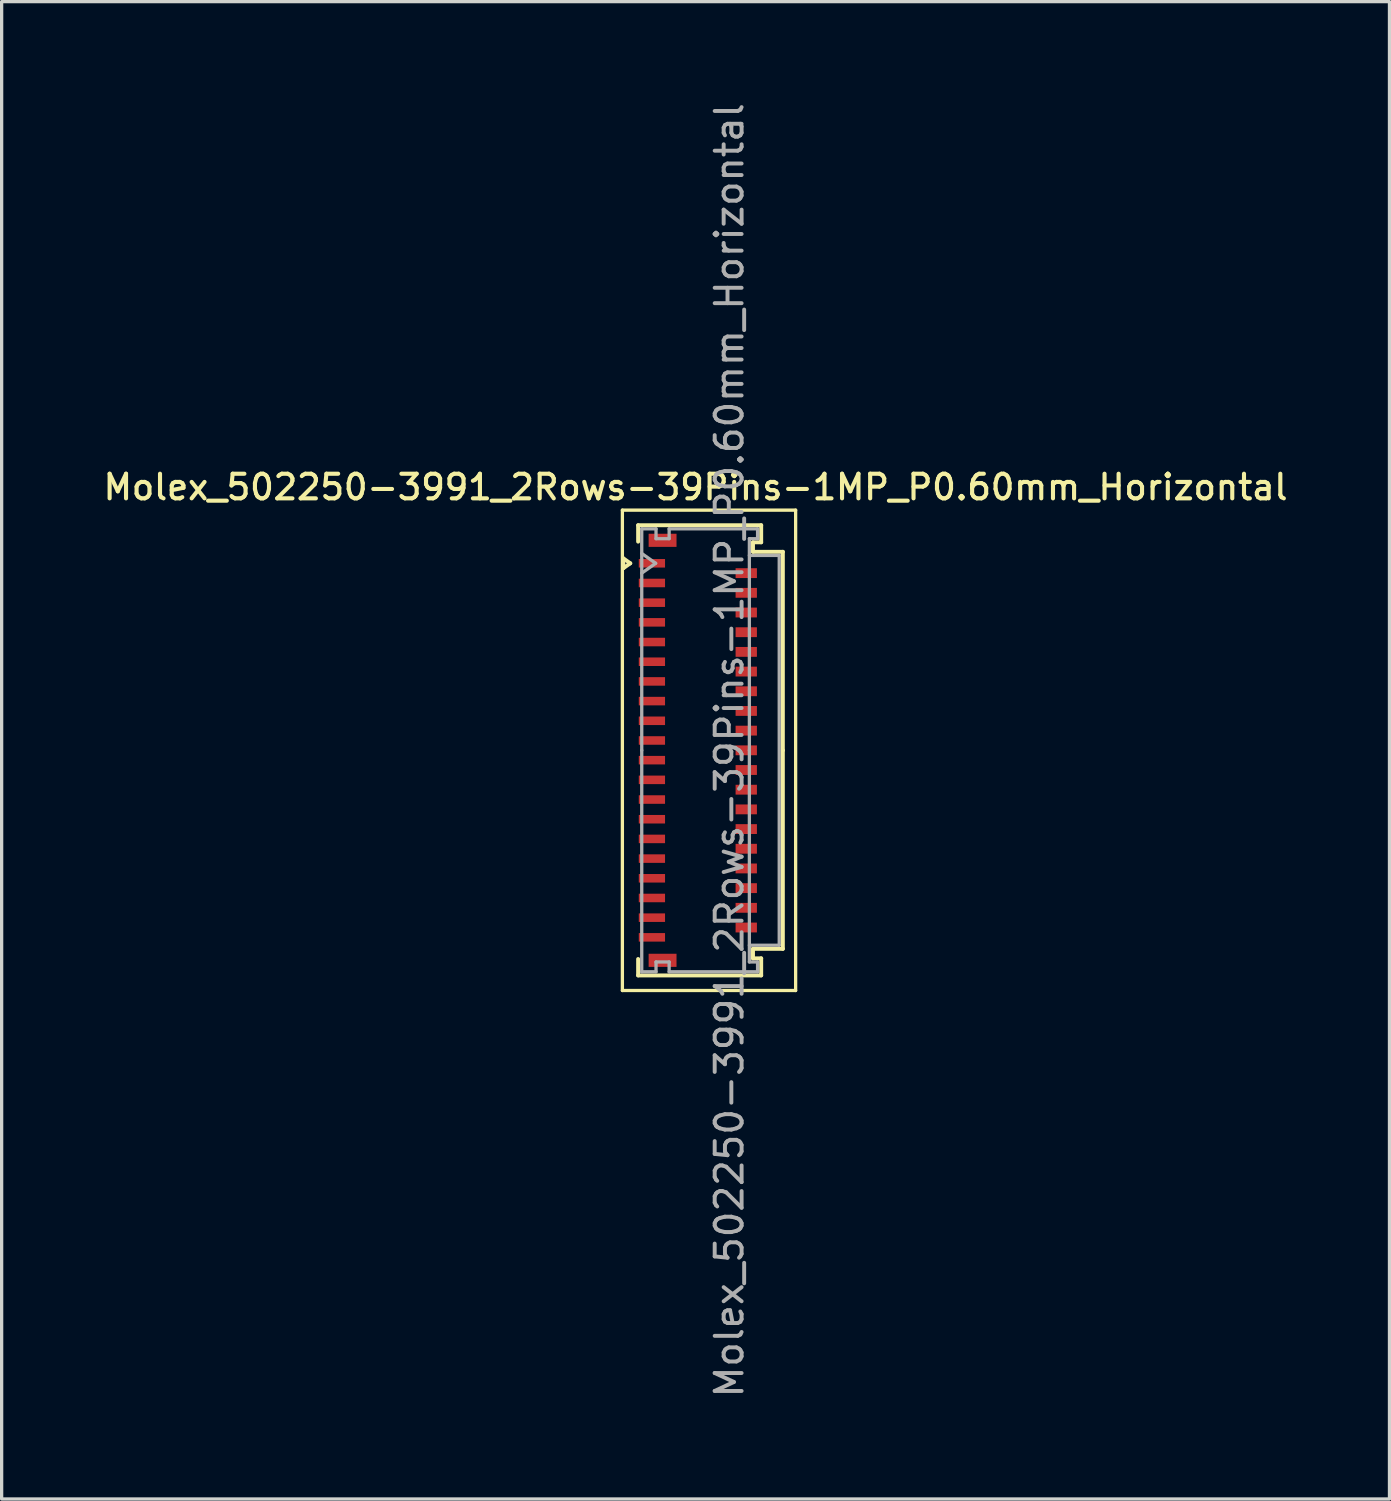
<source format=kicad_pcb>
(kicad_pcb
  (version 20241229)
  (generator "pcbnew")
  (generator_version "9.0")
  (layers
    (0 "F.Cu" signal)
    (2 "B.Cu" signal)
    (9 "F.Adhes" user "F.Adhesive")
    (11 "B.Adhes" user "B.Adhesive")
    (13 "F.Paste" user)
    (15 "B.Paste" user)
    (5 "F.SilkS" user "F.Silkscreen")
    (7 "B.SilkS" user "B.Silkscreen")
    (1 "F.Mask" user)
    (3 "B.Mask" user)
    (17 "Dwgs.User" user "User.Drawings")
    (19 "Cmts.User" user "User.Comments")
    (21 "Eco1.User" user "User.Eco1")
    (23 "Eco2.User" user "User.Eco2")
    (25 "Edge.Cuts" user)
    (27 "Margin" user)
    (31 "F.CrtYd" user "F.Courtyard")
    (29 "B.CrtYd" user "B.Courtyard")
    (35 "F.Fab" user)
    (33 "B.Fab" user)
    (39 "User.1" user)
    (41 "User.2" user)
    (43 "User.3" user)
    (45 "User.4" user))
  (footprint "Molex_502250-3991_2Rows-39Pins-1MP_P0.60mm_Horizontal"
    (layer "F.Cu")
    (at 18.218 19.817)
    (property "Reference" "Molex_502250-3991_2Rows-39Pins-1MP_P0.60mm_Horizontal" (at -0.07 -8.02 0) (layer "F.SilkS") (effects (font (size 0.75 0.75) (thickness 0.125))))
    (attr smd)
    (fp_line (start -2.3 -7.32) (end -2.3 7.32) (stroke (width 0.1) (type solid)) (layer "F.SilkS"))
    (fp_line (start -2.3 7.32) (end 2.98 7.32) (stroke (width 0.1) (type solid)) (layer "F.SilkS"))
    (fp_line (start -2.272 -5.85) (end -2.06 -5.7) (stroke (width 0.12) (type solid)) (layer "F.SilkS"))
    (fp_line (start -2.272 -5.55) (end -2.272 -5.85) (stroke (width 0.12) (type solid)) (layer "F.SilkS"))
    (fp_line (start -2.06 -5.7) (end -2.272 -5.55) (stroke (width 0.12) (type solid)) (layer "F.SilkS"))
    (fp_line (start -1.82 -6.86) (end 1.93 -6.86) (stroke (width 0.12) (type solid)) (layer "F.SilkS"))
    (fp_line (start -1.82 -6.36) (end -1.82 -6.86) (stroke (width 0.12) (type solid)) (layer "F.SilkS"))
    (fp_line (start -1.82 6.36) (end -1.82 6.86) (stroke (width 0.12) (type solid)) (layer "F.SilkS"))
    (fp_line (start -1.82 6.86) (end 1.93 6.86) (stroke (width 0.12) (type solid)) (layer "F.SilkS"))
    (fp_line (start 1.68 -6.34) (end 1.68 -6.05) (stroke (width 0.12) (type solid)) (layer "F.SilkS"))
    (fp_line (start 1.68 -6.05) (end 2.59 -6.05) (stroke (width 0.12) (type solid)) (layer "F.SilkS"))
    (fp_line (start 1.68 6.05) (end 2.59 6.05) (stroke (width 0.12) (type solid)) (layer "F.SilkS"))
    (fp_line (start 1.68 6.34) (end 1.68 6.05) (stroke (width 0.12) (type solid)) (layer "F.SilkS"))
    (fp_line (start 1.93 -6.86) (end 1.93 -6.34) (stroke (width 0.12) (type solid)) (layer "F.SilkS"))
    (fp_line (start 1.93 -6.34) (end 1.68 -6.34) (stroke (width 0.12) (type solid)) (layer "F.SilkS"))
    (fp_line (start 1.93 6.34) (end 1.68 6.34) (stroke (width 0.12) (type solid)) (layer "F.SilkS"))
    (fp_line (start 1.93 6.86) (end 1.93 6.34) (stroke (width 0.12) (type solid)) (layer "F.SilkS"))
    (fp_line (start 2.59 -6.05) (end 2.59 0) (stroke (width 0.12) (type solid)) (layer "F.SilkS"))
    (fp_line (start 2.59 6.05) (end 2.59 0) (stroke (width 0.12) (type solid)) (layer "F.SilkS"))
    (fp_line (start 2.98 -7.32) (end -2.3 -7.32) (stroke (width 0.1) (type solid)) (layer "F.SilkS"))
    (fp_line (start 2.98 7.32) (end 2.98 -7.32) (stroke (width 0.1) (type solid)) (layer "F.SilkS"))
    (fp_line (start -1.71 -6.75) (end -1.275 -6.75) (stroke (width 0.1) (type solid)) (layer "F.Fab"))
    (fp_line (start -1.71 -6) (end -1.286 -5.7) (stroke (width 0.1) (type solid)) (layer "F.Fab"))
    (fp_line (start -1.71 0) (end -1.71 -6.75) (stroke (width 0.1) (type solid)) (layer "F.Fab"))
    (fp_line (start -1.71 0) (end -1.71 6.75) (stroke (width 0.1) (type solid)) (layer "F.Fab"))
    (fp_line (start -1.71 6.75) (end -1.275 6.75) (stroke (width 0.1) (type solid)) (layer "F.Fab"))
    (fp_line (start -1.286 -5.7) (end -1.71 -5.4) (stroke (width 0.1) (type solid)) (layer "F.Fab"))
    (fp_line (start -1.275 -6.75) (end -1.275 -6.45) (stroke (width 0.1) (type solid)) (layer "F.Fab"))
    (fp_line (start -1.275 -6.45) (end -0.875 -6.45) (stroke (width 0.1) (type solid)) (layer "F.Fab"))
    (fp_line (start -1.275 6.45) (end -0.875 6.45) (stroke (width 0.1) (type solid)) (layer "F.Fab"))
    (fp_line (start -1.275 6.75) (end -1.275 6.45) (stroke (width 0.1) (type solid)) (layer "F.Fab"))
    (fp_line (start -0.875 -6.75) (end 1.82 -6.75) (stroke (width 0.1) (type solid)) (layer "F.Fab"))
    (fp_line (start -0.875 -6.45) (end -0.875 -6.75) (stroke (width 0.1) (type solid)) (layer "F.Fab"))
    (fp_line (start -0.875 6.45) (end -0.875 6.75) (stroke (width 0.1) (type solid)) (layer "F.Fab"))
    (fp_line (start -0.875 6.75) (end 1.82 6.75) (stroke (width 0.1) (type solid)) (layer "F.Fab"))
    (fp_line (start 1.57 -6.45) (end 1.57 0) (stroke (width 0.1) (type solid)) (layer "F.Fab"))
    (fp_line (start 1.57 -5.94) (end 2.48 -5.94) (stroke (width 0.1) (type solid)) (layer "F.Fab"))
    (fp_line (start 1.57 6.45) (end 1.57 0) (stroke (width 0.1) (type solid)) (layer "F.Fab"))
    (fp_line (start 1.82 -6.75) (end 1.82 -6.45) (stroke (width 0.1) (type solid)) (layer "F.Fab"))
    (fp_line (start 1.82 -6.45) (end 1.57 -6.45) (stroke (width 0.1) (type solid)) (layer "F.Fab"))
    (fp_line (start 1.82 6.45) (end 1.57 6.45) (stroke (width 0.1) (type solid)) (layer "F.Fab"))
    (fp_line (start 1.82 6.75) (end 1.82 6.45) (stroke (width 0.1) (type solid)) (layer "F.Fab"))
    (fp_line (start 2.48 -5.94) (end 2.48 5.94) (stroke (width 0.1) (type solid)) (layer "F.Fab"))
    (fp_line (start 2.48 5.94) (end 1.57 5.94) (stroke (width 0.1) (type solid)) (layer "F.Fab"))
    (fp_text user "${REFERENCE}" (at 0.96 0 90) (layer "F.Fab") (effects (font (size 0.82 0.82) (thickness 0.12))))
    (pad "1" smd rect (at -1.4 -5.7) (size 0.8 0.26) (layers "F.Cu" "F.Mask" "F.Paste"))
    (pad "2" smd rect (at 1.475 -5.4) (size 0.65 0.3) (layers "F.Cu" "F.Mask" "F.Paste"))
    (pad "3" smd rect (at -1.4 -5.1) (size 0.8 0.26) (layers "F.Cu" "F.Mask" "F.Paste"))
    (pad "4" smd rect (at 1.475 -4.8) (size 0.65 0.3) (layers "F.Cu" "F.Mask" "F.Paste"))
    (pad "5" smd rect (at -1.4 -4.5) (size 0.8 0.26) (layers "F.Cu" "F.Mask" "F.Paste"))
    (pad "6" smd rect (at 1.475 -4.2) (size 0.65 0.3) (layers "F.Cu" "F.Mask" "F.Paste"))
    (pad "7" smd rect (at -1.4 -3.9) (size 0.8 0.26) (layers "F.Cu" "F.Mask" "F.Paste"))
    (pad "8" smd rect (at 1.475 -3.6) (size 0.65 0.3) (layers "F.Cu" "F.Mask" "F.Paste"))
    (pad "9" smd rect (at -1.4 -3.3) (size 0.8 0.26) (layers "F.Cu" "F.Mask" "F.Paste"))
    (pad "10" smd rect (at 1.475 -3) (size 0.65 0.3) (layers "F.Cu" "F.Mask" "F.Paste"))
    (pad "11" smd rect (at -1.4 -2.7) (size 0.8 0.26) (layers "F.Cu" "F.Mask" "F.Paste"))
    (pad "12" smd rect (at 1.475 -2.4) (size 0.65 0.3) (layers "F.Cu" "F.Mask" "F.Paste"))
    (pad "13" smd rect (at -1.4 -2.1) (size 0.8 0.26) (layers "F.Cu" "F.Mask" "F.Paste"))
    (pad "14" smd rect (at 1.475 -1.8) (size 0.65 0.3) (layers "F.Cu" "F.Mask" "F.Paste"))
    (pad "15" smd rect (at -1.4 -1.5) (size 0.8 0.26) (layers "F.Cu" "F.Mask" "F.Paste"))
    (pad "16" smd rect (at 1.475 -1.2) (size 0.65 0.3) (layers "F.Cu" "F.Mask" "F.Paste"))
    (pad "17" smd rect (at -1.4 -0.9) (size 0.8 0.26) (layers "F.Cu" "F.Mask" "F.Paste"))
    (pad "18" smd rect (at 1.475 -0.6) (size 0.65 0.3) (layers "F.Cu" "F.Mask" "F.Paste"))
    (pad "19" smd rect (at -1.4 -0.3) (size 0.8 0.26) (layers "F.Cu" "F.Mask" "F.Paste"))
    (pad "20" smd rect (at 1.475 0) (size 0.65 0.3) (layers "F.Cu" "F.Mask" "F.Paste"))
    (pad "21" smd rect (at -1.4 0.3) (size 0.8 0.26) (layers "F.Cu" "F.Mask" "F.Paste"))
    (pad "22" smd rect (at 1.475 0.6) (size 0.65 0.3) (layers "F.Cu" "F.Mask" "F.Paste"))
    (pad "23" smd rect (at -1.4 0.9) (size 0.8 0.26) (layers "F.Cu" "F.Mask" "F.Paste"))
    (pad "24" smd rect (at 1.475 1.2) (size 0.65 0.3) (layers "F.Cu" "F.Mask" "F.Paste"))
    (pad "25" smd rect (at -1.4 1.5) (size 0.8 0.26) (layers "F.Cu" "F.Mask" "F.Paste"))
    (pad "26" smd rect (at 1.475 1.8) (size 0.65 0.3) (layers "F.Cu" "F.Mask" "F.Paste"))
    (pad "27" smd rect (at -1.4 2.1) (size 0.8 0.26) (layers "F.Cu" "F.Mask" "F.Paste"))
    (pad "28" smd rect (at 1.475 2.4) (size 0.65 0.3) (layers "F.Cu" "F.Mask" "F.Paste"))
    (pad "29" smd rect (at -1.4 2.7) (size 0.8 0.26) (layers "F.Cu" "F.Mask" "F.Paste"))
    (pad "30" smd rect (at 1.475 3) (size 0.65 0.3) (layers "F.Cu" "F.Mask" "F.Paste"))
    (pad "31" smd rect (at -1.4 3.3) (size 0.8 0.26) (layers "F.Cu" "F.Mask" "F.Paste"))
    (pad "32" smd rect (at 1.475 3.6) (size 0.65 0.3) (layers "F.Cu" "F.Mask" "F.Paste"))
    (pad "33" smd rect (at -1.4 3.9) (size 0.8 0.26) (layers "F.Cu" "F.Mask" "F.Paste"))
    (pad "34" smd rect (at 1.475 4.2) (size 0.65 0.3) (layers "F.Cu" "F.Mask" "F.Paste"))
    (pad "35" smd rect (at -1.4 4.5) (size 0.8 0.26) (layers "F.Cu" "F.Mask" "F.Paste"))
    (pad "36" smd rect (at 1.475 4.8) (size 0.65 0.3) (layers "F.Cu" "F.Mask" "F.Paste"))
    (pad "37" smd rect (at -1.4 5.1) (size 0.8 0.26) (layers "F.Cu" "F.Mask" "F.Paste"))
    (pad "38" smd rect (at 1.475 5.4) (size 0.65 0.3) (layers "F.Cu" "F.Mask" "F.Paste"))
    (pad "39" smd rect (at -1.4 5.7) (size 0.8 0.26) (layers "F.Cu" "F.Mask" "F.Paste"))
    (pad "MP" smd rect (at -1.075 -6.4) (size 0.85 0.4) (layers "F.Cu" "F.Mask" "F.Paste"))
    (pad "MP" smd rect (at -1.075 6.4) (size 0.85 0.4) (layers "F.Cu" "F.Mask" "F.Paste")))
  (gr_rect
    (start -3 -3)
    (end 39.296 42.634)
    (stroke (width 0.1) (type default))
    (fill no)
    (layer "Edge.Cuts")))
</source>
